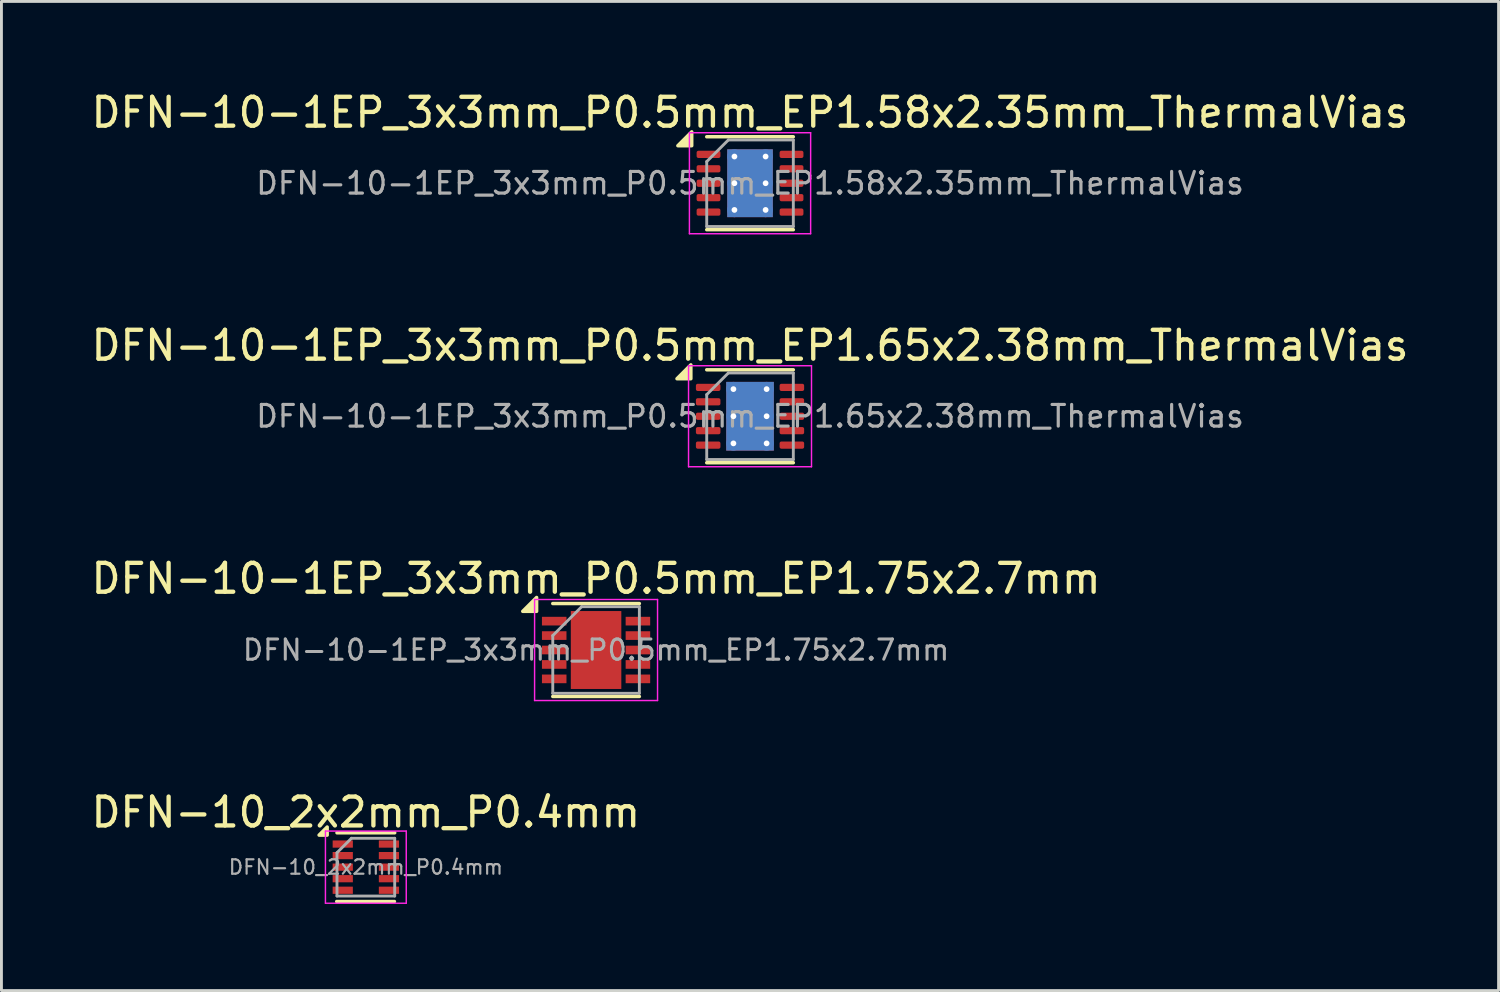
<source format=kicad_pcb>
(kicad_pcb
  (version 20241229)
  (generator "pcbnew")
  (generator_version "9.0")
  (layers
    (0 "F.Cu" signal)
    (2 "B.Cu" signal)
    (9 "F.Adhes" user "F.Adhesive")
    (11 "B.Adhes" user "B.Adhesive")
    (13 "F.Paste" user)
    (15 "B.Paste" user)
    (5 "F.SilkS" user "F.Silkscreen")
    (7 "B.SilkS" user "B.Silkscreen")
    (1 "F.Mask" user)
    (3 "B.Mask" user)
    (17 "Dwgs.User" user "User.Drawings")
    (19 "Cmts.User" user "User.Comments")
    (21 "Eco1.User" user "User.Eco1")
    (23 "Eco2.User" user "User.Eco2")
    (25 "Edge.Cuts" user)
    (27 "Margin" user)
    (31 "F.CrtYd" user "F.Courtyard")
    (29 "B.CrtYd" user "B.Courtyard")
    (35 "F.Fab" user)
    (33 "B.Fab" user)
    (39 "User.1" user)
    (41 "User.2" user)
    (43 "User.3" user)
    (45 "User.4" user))
  (footprint "DFN-10_2x2mm_P0.4mm"
    (layer "F.Cu")
    (at 9.625 26.993)
    (property "Reference" "DFN-10_2x2mm_P0.4mm" (at 0 -1.9 0) (layer "F.SilkS") (effects (font (size 1 1) (thickness 0.15))))
    (attr smd)
    (fp_line (start 0.99 1.19) (end -1.01 1.19) (stroke (width 0.12) (type solid)) (layer "F.SilkS"))
    (fp_line (start 1 -1.19) (end -1 -1.19) (stroke (width 0.12) (type solid)) (layer "F.SilkS"))
    (fp_poly (pts (xy -1.34 -1.11) (xy -1.62 -1.11) (xy -1.34 -1.39) (xy -1.34 -1.11)) (stroke (width 0.12) (type solid)) (fill yes) (layer "F.SilkS"))
    (fp_line (start -1.4 1.25) (end -1.4 -1.25) (stroke (width 0.05) (type solid)) (layer "F.CrtYd"))
    (fp_line (start -1.4 1.25) (end 1.4 1.25) (stroke (width 0.05) (type solid)) (layer "F.CrtYd"))
    (fp_line (start 1.4 -1.25) (end -1.4 -1.25) (stroke (width 0.05) (type solid)) (layer "F.CrtYd"))
    (fp_line (start 1.4 -1.25) (end 1.4 1.25) (stroke (width 0.05) (type solid)) (layer "F.CrtYd"))
    (fp_line (start -1 -0.5) (end -1 1) (stroke (width 0.1) (type solid)) (layer "F.Fab"))
    (fp_line (start -0.5 -1) (end -1 -0.5) (stroke (width 0.1) (type solid)) (layer "F.Fab"))
    (fp_line (start 1 -1) (end -0.5 -1) (stroke (width 0.1) (type solid)) (layer "F.Fab"))
    (fp_line (start 1 1) (end -1 1) (stroke (width 0.1) (type solid)) (layer "F.Fab"))
    (fp_line (start 1 1) (end 1 -1) (stroke (width 0.1) (type solid)) (layer "F.Fab"))
    (fp_text user "${REFERENCE}" (at 0 0 0) (layer "F.Fab") (effects (font (size 0.5 0.5) (thickness 0.075))))
    (pad "1" smd rect (at -0.8 -0.8) (size 0.7 0.25) (layers "F.Cu" "F.Mask" "F.Paste"))
    (pad "2" smd rect (at -0.8 -0.4) (size 0.7 0.25) (layers "F.Cu" "F.Mask" "F.Paste"))
    (pad "3" smd rect (at -0.8 0) (size 0.7 0.25) (layers "F.Cu" "F.Mask" "F.Paste"))
    (pad "4" smd rect (at -0.8 0.4) (size 0.7 0.25) (layers "F.Cu" "F.Mask" "F.Paste"))
    (pad "5" smd rect (at -0.8 0.8) (size 0.7 0.25) (layers "F.Cu" "F.Mask" "F.Paste"))
    (pad "6" smd rect (at 0.8 0.8) (size 0.7 0.25) (layers "F.Cu" "F.Mask" "F.Paste"))
    (pad "7" smd rect (at 0.8 0.4) (size 0.7 0.25) (layers "F.Cu" "F.Mask" "F.Paste"))
    (pad "8" smd rect (at 0.8 0) (size 0.7 0.25) (layers "F.Cu" "F.Mask" "F.Paste"))
    (pad "9" smd rect (at 0.8 -0.4) (size 0.7 0.25) (layers "F.Cu" "F.Mask" "F.Paste"))
    (pad "10" smd rect (at 0.8 -0.8) (size 0.7 0.25) (layers "F.Cu" "F.Mask" "F.Paste")))
  (footprint "DFN-10-1EP_3x3mm_P0.5mm_EP1.65x2.38mm_ThermalVias"
    (layer "F.Cu")
    (at 22.935 11.371)
    (property "Reference" "DFN-10-1EP_3x3mm_P0.5mm_EP1.65x2.38mm_ThermalVias" (at 0 -2.45 0) (layer "F.SilkS") (effects (font (size 1 1) (thickness 0.15))))
    (attr smd)
    (fp_line (start -1.5 -1.61) (end 1.5 -1.61) (stroke (width 0.12) (type solid)) (layer "F.SilkS"))
    (fp_line (start -1.5 1.61) (end 1.5 1.61) (stroke (width 0.12) (type solid)) (layer "F.SilkS"))
    (fp_poly (pts (xy -2.05 -1.3) (xy -2.53 -1.3) (xy -2.05 -1.78) (xy -2.05 -1.3)) (stroke (width 0.12) (type solid)) (fill yes) (layer "F.SilkS"))
    (fp_line (start -2.13 -1.75) (end -2.13 1.75) (stroke (width 0.05) (type solid)) (layer "F.CrtYd"))
    (fp_line (start -2.13 1.75) (end 2.13 1.75) (stroke (width 0.05) (type solid)) (layer "F.CrtYd"))
    (fp_line (start 2.13 -1.75) (end -2.13 -1.75) (stroke (width 0.05) (type solid)) (layer "F.CrtYd"))
    (fp_line (start 2.13 1.75) (end 2.13 -1.75) (stroke (width 0.05) (type solid)) (layer "F.CrtYd"))
    (fp_line (start -1.5 -0.75) (end -0.75 -1.5) (stroke (width 0.1) (type solid)) (layer "F.Fab"))
    (fp_line (start -1.5 1.5) (end -1.5 -0.75) (stroke (width 0.1) (type solid)) (layer "F.Fab"))
    (fp_line (start -0.75 -1.5) (end 1.5 -1.5) (stroke (width 0.1) (type solid)) (layer "F.Fab"))
    (fp_line (start 1.5 -1.5) (end 1.5 1.5) (stroke (width 0.1) (type solid)) (layer "F.Fab"))
    (fp_line (start 1.5 1.5) (end -1.5 1.5) (stroke (width 0.1) (type solid)) (layer "F.Fab"))
    (fp_text user "${REFERENCE}" (at 0 0 0) (layer "F.Fab") (effects (font (size 0.75 0.75) (thickness 0.11))))
    (pad "" smd roundrect (at -0.41 -0.595) (size 0.67 0.96) (layers "F.Paste") (roundrect_rratio 0.25))
    (pad "" smd roundrect (at -0.41 0.595) (size 0.67 0.96) (layers "F.Paste") (roundrect_rratio 0.25))
    (pad "" smd roundrect (at 0.41 -0.595) (size 0.67 0.96) (layers "F.Paste") (roundrect_rratio 0.25))
    (pad "" smd roundrect (at 0.41 0.595) (size 0.67 0.96) (layers "F.Paste") (roundrect_rratio 0.25))
    (pad "1" smd roundrect (at -1.45 -1) (size 0.85 0.25) (layers "F.Cu" "F.Mask" "F.Paste") (roundrect_rratio 0.25))
    (pad "2" smd roundrect (at -1.45 -0.5) (size 0.85 0.25) (layers "F.Cu" "F.Mask" "F.Paste") (roundrect_rratio 0.25))
    (pad "3" smd roundrect (at -1.45 0) (size 0.85 0.25) (layers "F.Cu" "F.Mask" "F.Paste") (roundrect_rratio 0.25))
    (pad "4" smd roundrect (at -1.45 0.5) (size 0.85 0.25) (layers "F.Cu" "F.Mask" "F.Paste") (roundrect_rratio 0.25))
    (pad "5" smd roundrect (at -1.45 1) (size 0.85 0.25) (layers "F.Cu" "F.Mask" "F.Paste") (roundrect_rratio 0.25))
    (pad "6" smd roundrect (at 1.45 1) (size 0.85 0.25) (layers "F.Cu" "F.Mask" "F.Paste") (roundrect_rratio 0.25))
    (pad "7" smd roundrect (at 1.45 0.5) (size 0.85 0.25) (layers "F.Cu" "F.Mask" "F.Paste") (roundrect_rratio 0.25))
    (pad "8" smd roundrect (at 1.45 0) (size 0.85 0.25) (layers "F.Cu" "F.Mask" "F.Paste") (roundrect_rratio 0.25))
    (pad "9" smd roundrect (at 1.45 -0.5) (size 0.85 0.25) (layers "F.Cu" "F.Mask" "F.Paste") (roundrect_rratio 0.25))
    (pad "10" smd roundrect (at 1.45 -1) (size 0.85 0.25) (layers "F.Cu" "F.Mask" "F.Paste") (roundrect_rratio 0.25))
    (pad "11" thru_hole circle (at -0.575 -0.94) (size 0.5 0.5) (drill 0.2) (property pad_prop_heatsink) (layers "*.Cu"))
    (pad "11" thru_hole circle (at -0.575 0) (size 0.5 0.5) (drill 0.2) (property pad_prop_heatsink) (layers "*.Cu"))
    (pad "11" thru_hole circle (at -0.575 0.94) (size 0.5 0.5) (drill 0.2) (property pad_prop_heatsink) (layers "*.Cu"))
    (pad "11" smd rect (at 0 0) (size 1.65 2.38) (property pad_prop_heatsink) (layers "F.Cu" "F.Mask"))
    (pad "11" smd rect (at 0 0) (size 1.65 2.38) (property pad_prop_heatsink) (layers "B.Cu"))
    (pad "11" thru_hole circle (at 0.575 -0.94) (size 0.5 0.5) (drill 0.2) (property pad_prop_heatsink) (layers "*.Cu"))
    (pad "11" thru_hole circle (at 0.575 0) (size 0.5 0.5) (drill 0.2) (property pad_prop_heatsink) (layers "*.Cu"))
    (pad "11" thru_hole circle (at 0.575 0.94) (size 0.5 0.5) (drill 0.2) (property pad_prop_heatsink) (layers "*.Cu")))
  (footprint "DFN-10-1EP_3x3mm_P0.5mm_EP1.58x2.35mm_ThermalVias"
    (layer "F.Cu")
    (at 22.935 3.298)
    (property "Reference" "DFN-10-1EP_3x3mm_P0.5mm_EP1.58x2.35mm_ThermalVias" (at 0 -2.45 0) (layer "F.SilkS") (effects (font (size 1 1) (thickness 0.15))))
    (attr smd)
    (fp_line (start -1.5 -1.61) (end 1.5 -1.61) (stroke (width 0.12) (type solid)) (layer "F.SilkS"))
    (fp_line (start -1.5 1.61) (end 1.5 1.61) (stroke (width 0.12) (type solid)) (layer "F.SilkS"))
    (fp_poly (pts (xy -2.02 -1.3) (xy -2.5 -1.3) (xy -2.02 -1.78) (xy -2.02 -1.3)) (stroke (width 0.12) (type solid)) (fill yes) (layer "F.SilkS"))
    (fp_line (start -2.1 -1.75) (end -2.1 1.75) (stroke (width 0.05) (type solid)) (layer "F.CrtYd"))
    (fp_line (start -2.1 1.75) (end 2.1 1.75) (stroke (width 0.05) (type solid)) (layer "F.CrtYd"))
    (fp_line (start 2.1 -1.75) (end -2.1 -1.75) (stroke (width 0.05) (type solid)) (layer "F.CrtYd"))
    (fp_line (start 2.1 1.75) (end 2.1 -1.75) (stroke (width 0.05) (type solid)) (layer "F.CrtYd"))
    (fp_line (start -1.5 -0.75) (end -0.75 -1.5) (stroke (width 0.1) (type solid)) (layer "F.Fab"))
    (fp_line (start -1.5 1.5) (end -1.5 -0.75) (stroke (width 0.1) (type solid)) (layer "F.Fab"))
    (fp_line (start -0.75 -1.5) (end 1.5 -1.5) (stroke (width 0.1) (type solid)) (layer "F.Fab"))
    (fp_line (start 1.5 -1.5) (end 1.5 1.5) (stroke (width 0.1) (type solid)) (layer "F.Fab"))
    (fp_line (start 1.5 1.5) (end -1.5 1.5) (stroke (width 0.1) (type solid)) (layer "F.Fab"))
    (fp_text user "${REFERENCE}" (at 0 0 0) (layer "F.Fab") (effects (font (size 0.75 0.75) (thickness 0.11))))
    (pad "" smd roundrect (at 0 -0.59) (size 1.27 0.95) (layers "F.Paste") (roundrect_rratio 0.25))
    (pad "" smd roundrect (at 0 0.59) (size 1.27 0.95) (layers "F.Paste") (roundrect_rratio 0.25))
    (pad "1" smd roundrect (at -1.438 -1) (size 0.825 0.25) (layers "F.Cu" "F.Mask" "F.Paste") (roundrect_rratio 0.25))
    (pad "2" smd roundrect (at -1.438 -0.5) (size 0.825 0.25) (layers "F.Cu" "F.Mask" "F.Paste") (roundrect_rratio 0.25))
    (pad "3" smd roundrect (at -1.438 0) (size 0.825 0.25) (layers "F.Cu" "F.Mask" "F.Paste") (roundrect_rratio 0.25))
    (pad "4" smd roundrect (at -1.438 0.5) (size 0.825 0.25) (layers "F.Cu" "F.Mask" "F.Paste") (roundrect_rratio 0.25))
    (pad "5" smd roundrect (at -1.438 1) (size 0.825 0.25) (layers "F.Cu" "F.Mask" "F.Paste") (roundrect_rratio 0.25))
    (pad "6" smd roundrect (at 1.438 1) (size 0.825 0.25) (layers "F.Cu" "F.Mask" "F.Paste") (roundrect_rratio 0.25))
    (pad "7" smd roundrect (at 1.438 0.5) (size 0.825 0.25) (layers "F.Cu" "F.Mask" "F.Paste") (roundrect_rratio 0.25))
    (pad "8" smd roundrect (at 1.438 0) (size 0.825 0.25) (layers "F.Cu" "F.Mask" "F.Paste") (roundrect_rratio 0.25))
    (pad "9" smd roundrect (at 1.438 -0.5) (size 0.825 0.25) (layers "F.Cu" "F.Mask" "F.Paste") (roundrect_rratio 0.25))
    (pad "10" smd roundrect (at 1.438 -1) (size 0.825 0.25) (layers "F.Cu" "F.Mask" "F.Paste") (roundrect_rratio 0.25))
    (pad "11" thru_hole circle (at -0.54 -0.925) (size 0.5 0.5) (drill 0.2) (property pad_prop_heatsink) (layers "*.Cu"))
    (pad "11" thru_hole circle (at -0.54 0) (size 0.5 0.5) (drill 0.2) (property pad_prop_heatsink) (layers "*.Cu"))
    (pad "11" thru_hole circle (at -0.54 0.925) (size 0.5 0.5) (drill 0.2) (property pad_prop_heatsink) (layers "*.Cu"))
    (pad "11" smd rect (at 0 0) (size 1.58 2.35) (property pad_prop_heatsink) (layers "F.Cu" "F.Mask"))
    (pad "11" smd rect (at 0 0) (size 1.58 2.35) (property pad_prop_heatsink) (layers "B.Cu"))
    (pad "11" thru_hole circle (at 0.54 -0.925) (size 0.5 0.5) (drill 0.2) (property pad_prop_heatsink) (layers "*.Cu"))
    (pad "11" thru_hole circle (at 0.54 0) (size 0.5 0.5) (drill 0.2) (property pad_prop_heatsink) (layers "*.Cu"))
    (pad "11" thru_hole circle (at 0.54 0.925) (size 0.5 0.5) (drill 0.2) (property pad_prop_heatsink) (layers "*.Cu")))
  (footprint "DFN-10-1EP_3x3mm_P0.5mm_EP1.75x2.7mm"
    (layer "F.Cu")
    (at 17.601 19.47)
    (property "Reference" "DFN-10-1EP_3x3mm_P0.5mm_EP1.75x2.7mm" (at 0 -2.475 0) (layer "F.SilkS") (effects (font (size 1 1) (thickness 0.15))))
    (attr smd)
    (fp_line (start -1.5 -1.61) (end 1.5 -1.61) (stroke (width 0.12) (type solid)) (layer "F.SilkS"))
    (fp_line (start -1.5 1.61) (end 1.5 1.61) (stroke (width 0.12) (type solid)) (layer "F.SilkS"))
    (fp_poly (pts (xy -2.06 -1.34) (xy -2.54 -1.34) (xy -2.06 -1.82) (xy -2.06 -1.34)) (stroke (width 0.12) (type solid)) (fill yes) (layer "F.SilkS"))
    (fp_line (start -2.13 -1.75) (end -2.13 1.75) (stroke (width 0.05) (type solid)) (layer "F.CrtYd"))
    (fp_line (start -2.13 -1.75) (end 2.13 -1.75) (stroke (width 0.05) (type solid)) (layer "F.CrtYd"))
    (fp_line (start -2.13 1.75) (end 2.13 1.75) (stroke (width 0.05) (type solid)) (layer "F.CrtYd"))
    (fp_line (start 2.13 -1.75) (end 2.13 1.75) (stroke (width 0.05) (type solid)) (layer "F.CrtYd"))
    (fp_line (start -1.5 -0.5) (end -0.5 -1.5) (stroke (width 0.1) (type solid)) (layer "F.Fab"))
    (fp_line (start -1.5 1.5) (end -1.5 -0.5) (stroke (width 0.1) (type solid)) (layer "F.Fab"))
    (fp_line (start -0.5 -1.5) (end 1.5 -1.5) (stroke (width 0.1) (type solid)) (layer "F.Fab"))
    (fp_line (start 1.5 -1.5) (end 1.5 1.5) (stroke (width 0.1) (type solid)) (layer "F.Fab"))
    (fp_line (start 1.5 1.5) (end -1.5 1.5) (stroke (width 0.1) (type solid)) (layer "F.Fab"))
    (fp_text user "${REFERENCE}" (at 0 0 0) (layer "F.Fab") (effects (font (size 0.7 0.7) (thickness 0.105))))
    (pad "" smd rect (at -0.388 -0.62) (size 0.6 1.05) (layers "F.Paste"))
    (pad "" smd rect (at -0.388 0.62) (size 0.6 1.05) (layers "F.Paste"))
    (pad "" smd rect (at 0.388 -0.62) (size 0.6 1.05) (layers "F.Paste"))
    (pad "" smd rect (at 0.388 0.62) (size 0.6 1.05) (layers "F.Paste"))
    (pad "1" smd rect (at -1.45 -1) (size 0.85 0.3) (layers "F.Cu" "F.Mask" "F.Paste"))
    (pad "2" smd rect (at -1.45 -0.5) (size 0.85 0.3) (layers "F.Cu" "F.Mask" "F.Paste"))
    (pad "3" smd rect (at -1.45 0) (size 0.85 0.3) (layers "F.Cu" "F.Mask" "F.Paste"))
    (pad "4" smd rect (at -1.45 0.5) (size 0.85 0.3) (layers "F.Cu" "F.Mask" "F.Paste"))
    (pad "5" smd rect (at -1.45 1) (size 0.85 0.3) (layers "F.Cu" "F.Mask" "F.Paste"))
    (pad "6" smd rect (at 1.45 1) (size 0.85 0.3) (layers "F.Cu" "F.Mask" "F.Paste"))
    (pad "7" smd rect (at 1.45 0.5) (size 0.85 0.3) (layers "F.Cu" "F.Mask" "F.Paste"))
    (pad "8" smd rect (at 1.45 0) (size 0.85 0.3) (layers "F.Cu" "F.Mask" "F.Paste"))
    (pad "9" smd rect (at 1.45 -0.5) (size 0.85 0.3) (layers "F.Cu" "F.Mask" "F.Paste"))
    (pad "10" smd rect (at 1.45 -1) (size 0.85 0.3) (layers "F.Cu" "F.Mask" "F.Paste"))
    (pad "11" smd rect (at 0 0) (size 1.75 2.7) (layers "F.Cu" "F.Mask")))
  (gr_rect
    (start -3 -3)
    (end 48.869 31.268)
    (stroke (width 0.1) (type default))
    (fill no)
    (layer "Edge.Cuts")))
</source>
